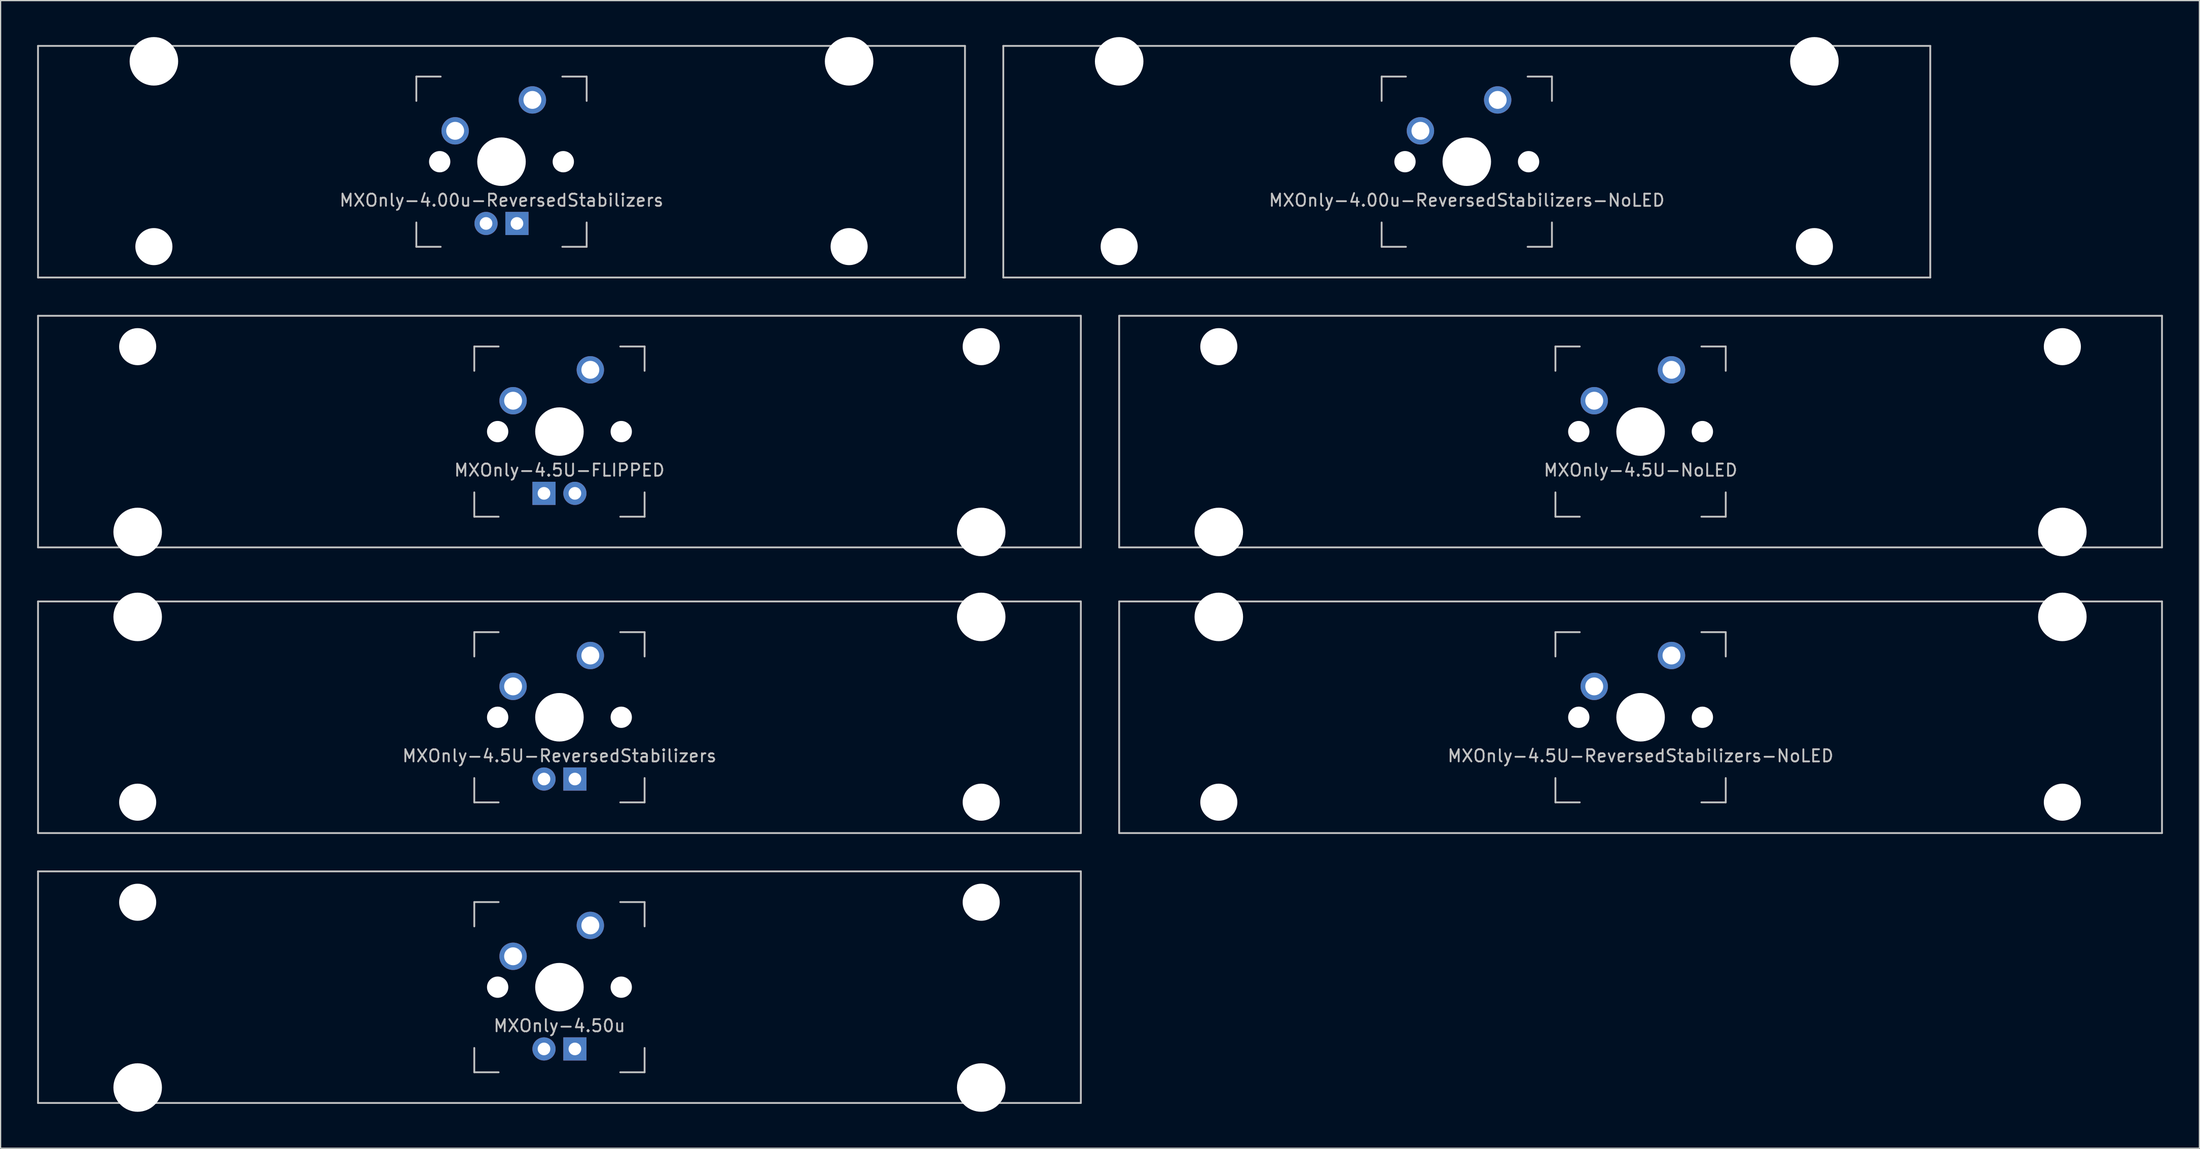
<source format=kicad_pcb>
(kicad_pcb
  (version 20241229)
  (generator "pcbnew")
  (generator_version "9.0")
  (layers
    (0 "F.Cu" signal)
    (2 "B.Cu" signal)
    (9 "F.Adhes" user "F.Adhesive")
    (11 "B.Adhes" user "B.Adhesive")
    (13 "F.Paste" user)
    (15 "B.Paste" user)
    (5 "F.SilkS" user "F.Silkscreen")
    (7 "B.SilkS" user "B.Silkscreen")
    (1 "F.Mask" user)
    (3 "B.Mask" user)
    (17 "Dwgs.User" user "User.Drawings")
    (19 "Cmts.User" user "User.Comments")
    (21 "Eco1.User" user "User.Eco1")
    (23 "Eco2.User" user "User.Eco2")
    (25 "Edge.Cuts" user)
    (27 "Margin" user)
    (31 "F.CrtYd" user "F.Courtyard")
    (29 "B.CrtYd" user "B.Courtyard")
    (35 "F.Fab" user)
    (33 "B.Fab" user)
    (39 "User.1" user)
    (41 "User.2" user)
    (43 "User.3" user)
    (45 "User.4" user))
  (footprint "MXOnly-4.00u-ReversedStabilizers"
    (layer "F.Cu")
    (at 38.175 10.249)
    (property "Reference" "MXOnly-4.00u-ReversedStabilizers" (at 0 3.175 0) (layer "Dwgs.User") (effects (font (size 1 1) (thickness 0.15))))
    (attr through_hole)
    (fp_line (start -38.1 -9.525) (end 38.1 -9.525) (stroke (width 0.15) (type solid)) (layer "Dwgs.User"))
    (fp_line (start -38.1 9.525) (end -38.1 -9.525) (stroke (width 0.15) (type solid)) (layer "Dwgs.User"))
    (fp_line (start -38.1 9.525) (end 38.1 9.525) (stroke (width 0.15) (type solid)) (layer "Dwgs.User"))
    (fp_line (start -7 -7) (end -7 -5) (stroke (width 0.15) (type solid)) (layer "Dwgs.User"))
    (fp_line (start -7 5) (end -7 7) (stroke (width 0.15) (type solid)) (layer "Dwgs.User"))
    (fp_line (start -7 7) (end -5 7) (stroke (width 0.15) (type solid)) (layer "Dwgs.User"))
    (fp_line (start -5 -7) (end -7 -7) (stroke (width 0.15) (type solid)) (layer "Dwgs.User"))
    (fp_line (start 5 -7) (end 7 -7) (stroke (width 0.15) (type solid)) (layer "Dwgs.User"))
    (fp_line (start 5 7) (end 7 7) (stroke (width 0.15) (type solid)) (layer "Dwgs.User"))
    (fp_line (start 7 -7) (end 7 -5) (stroke (width 0.15) (type solid)) (layer "Dwgs.User"))
    (fp_line (start 7 7) (end 7 5) (stroke (width 0.15) (type solid)) (layer "Dwgs.User"))
    (fp_line (start 38.1 -9.525) (end 38.1 9.525) (stroke (width 0.15) (type solid)) (layer "Dwgs.User"))
    (pad "" np_thru_hole circle (at -28.575 -8.255 180) (size 3.988 3.988) (drill 3.988) (layers "*.Cu" "*.Mask"))
    (pad "" np_thru_hole circle (at -28.575 6.985 180) (size 3.048 3.048) (drill 3.048) (layers "*.Cu" "*.Mask"))
    (pad "" np_thru_hole circle (at -5.08 0 48.1) (size 1.75 1.75) (drill 1.75) (layers "*.Cu" "*.Mask"))
    (pad "" np_thru_hole circle (at 0 0 180) (size 3.988 3.988) (drill 3.988) (layers "*.Cu" "*.Mask"))
    (pad "" np_thru_hole circle (at 5.08 0 48.1) (size 1.75 1.75) (drill 1.75) (layers "*.Cu" "*.Mask"))
    (pad "" np_thru_hole circle (at 28.575 -8.255 180) (size 3.988 3.988) (drill 3.988) (layers "*.Cu" "*.Mask"))
    (pad "" np_thru_hole circle (at 28.575 6.985 180) (size 3.048 3.048) (drill 3.048) (layers "*.Cu" "*.Mask"))
    (pad "1" thru_hole circle (at -3.81 -2.54) (size 2.25 2.25) (drill 1.47) (layers "*.Cu" "B.Mask"))
    (pad "2" thru_hole circle (at 2.54 -5.08) (size 2.25 2.25) (drill 1.47) (layers "*.Cu" "B.Mask"))
    (pad "3" thru_hole circle (at -1.27 5.08) (size 1.905 1.905) (drill 1.04) (layers "*.Cu" "B.Mask"))
    (pad "4" thru_hole rect (at 1.27 5.08) (size 1.905 1.905) (drill 1.04) (layers "*.Cu" "B.Mask")))
  (footprint "MXOnly-4.5U-ReversedStabilizers-NoLED"
    (layer "F.Cu")
    (at 131.812 55.947)
    (property "Reference" "MXOnly-4.5U-ReversedStabilizers-NoLED" (at 0 3.175 0) (layer "Dwgs.User") (effects (font (size 1 1) (thickness 0.15))))
    (attr through_hole)
    (fp_line (start -42.862 -9.525) (end 42.862 -9.525) (stroke (width 0.15) (type solid)) (layer "Dwgs.User"))
    (fp_line (start -42.862 9.525) (end -42.862 -9.525) (stroke (width 0.15) (type solid)) (layer "Dwgs.User"))
    (fp_line (start -42.862 9.525) (end 42.862 9.525) (stroke (width 0.15) (type solid)) (layer "Dwgs.User"))
    (fp_line (start -7 -7) (end -7 -5) (stroke (width 0.15) (type solid)) (layer "Dwgs.User"))
    (fp_line (start -7 5) (end -7 7) (stroke (width 0.15) (type solid)) (layer "Dwgs.User"))
    (fp_line (start -7 7) (end -5 7) (stroke (width 0.15) (type solid)) (layer "Dwgs.User"))
    (fp_line (start -5 -7) (end -7 -7) (stroke (width 0.15) (type solid)) (layer "Dwgs.User"))
    (fp_line (start 5 -7) (end 7 -7) (stroke (width 0.15) (type solid)) (layer "Dwgs.User"))
    (fp_line (start 5 7) (end 7 7) (stroke (width 0.15) (type solid)) (layer "Dwgs.User"))
    (fp_line (start 7 -7) (end 7 -5) (stroke (width 0.15) (type solid)) (layer "Dwgs.User"))
    (fp_line (start 7 7) (end 7 5) (stroke (width 0.15) (type solid)) (layer "Dwgs.User"))
    (fp_line (start 42.862 -9.525) (end 42.862 9.525) (stroke (width 0.15) (type solid)) (layer "Dwgs.User"))
    (pad "" np_thru_hole circle (at -34.671 -8.255 180) (size 3.988 3.988) (drill 3.988) (layers "*.Cu" "*.Mask"))
    (pad "" np_thru_hole circle (at -34.671 6.985 180) (size 3.048 3.048) (drill 3.048) (layers "*.Cu" "*.Mask"))
    (pad "" np_thru_hole circle (at -5.08 0 48.1) (size 1.75 1.75) (drill 1.75) (layers "*.Cu" "*.Mask"))
    (pad "" np_thru_hole circle (at 0 0) (size 3.988 3.988) (drill 3.988) (layers "*.Cu" "*.Mask"))
    (pad "" np_thru_hole circle (at 5.08 0 48.1) (size 1.75 1.75) (drill 1.75) (layers "*.Cu" "*.Mask"))
    (pad "" np_thru_hole circle (at 34.671 -8.255 180) (size 3.988 3.988) (drill 3.988) (layers "*.Cu" "*.Mask"))
    (pad "" np_thru_hole circle (at 34.671 6.985 180) (size 3.048 3.048) (drill 3.048) (layers "*.Cu" "*.Mask"))
    (pad "1" thru_hole circle (at -3.81 -2.54) (size 2.25 2.25) (drill 1.47) (layers "*.Cu" "B.Mask"))
    (pad "2" thru_hole circle (at 2.54 -5.08) (size 2.25 2.25) (drill 1.47) (layers "*.Cu" "B.Mask")))
  (footprint "MXOnly-4.00u-ReversedStabilizers-NoLED"
    (layer "F.Cu")
    (at 117.525 10.249)
    (property "Reference" "MXOnly-4.00u-ReversedStabilizers-NoLED" (at 0 3.175 0) (layer "Dwgs.User") (effects (font (size 1 1) (thickness 0.15))))
    (attr through_hole)
    (fp_line (start -38.1 -9.525) (end 38.1 -9.525) (stroke (width 0.15) (type solid)) (layer "Dwgs.User"))
    (fp_line (start -38.1 9.525) (end -38.1 -9.525) (stroke (width 0.15) (type solid)) (layer "Dwgs.User"))
    (fp_line (start -38.1 9.525) (end 38.1 9.525) (stroke (width 0.15) (type solid)) (layer "Dwgs.User"))
    (fp_line (start -7 -7) (end -7 -5) (stroke (width 0.15) (type solid)) (layer "Dwgs.User"))
    (fp_line (start -7 5) (end -7 7) (stroke (width 0.15) (type solid)) (layer "Dwgs.User"))
    (fp_line (start -7 7) (end -5 7) (stroke (width 0.15) (type solid)) (layer "Dwgs.User"))
    (fp_line (start -5 -7) (end -7 -7) (stroke (width 0.15) (type solid)) (layer "Dwgs.User"))
    (fp_line (start 5 -7) (end 7 -7) (stroke (width 0.15) (type solid)) (layer "Dwgs.User"))
    (fp_line (start 5 7) (end 7 7) (stroke (width 0.15) (type solid)) (layer "Dwgs.User"))
    (fp_line (start 7 -7) (end 7 -5) (stroke (width 0.15) (type solid)) (layer "Dwgs.User"))
    (fp_line (start 7 7) (end 7 5) (stroke (width 0.15) (type solid)) (layer "Dwgs.User"))
    (fp_line (start 38.1 -9.525) (end 38.1 9.525) (stroke (width 0.15) (type solid)) (layer "Dwgs.User"))
    (pad "" np_thru_hole circle (at -28.575 -8.255 180) (size 3.988 3.988) (drill 3.988) (layers "*.Cu" "*.Mask"))
    (pad "" np_thru_hole circle (at -28.575 6.985 180) (size 3.048 3.048) (drill 3.048) (layers "*.Cu" "*.Mask"))
    (pad "" np_thru_hole circle (at -5.08 0 48.1) (size 1.75 1.75) (drill 1.75) (layers "*.Cu" "*.Mask"))
    (pad "" np_thru_hole circle (at 0 0 180) (size 3.988 3.988) (drill 3.988) (layers "*.Cu" "*.Mask"))
    (pad "" np_thru_hole circle (at 5.08 0 48.1) (size 1.75 1.75) (drill 1.75) (layers "*.Cu" "*.Mask"))
    (pad "" np_thru_hole circle (at 28.575 -8.255 180) (size 3.988 3.988) (drill 3.988) (layers "*.Cu" "*.Mask"))
    (pad "" np_thru_hole circle (at 28.575 6.985 180) (size 3.048 3.048) (drill 3.048) (layers "*.Cu" "*.Mask"))
    (pad "1" thru_hole circle (at -3.81 -2.54) (size 2.25 2.25) (drill 1.47) (layers "*.Cu" "B.Mask"))
    (pad "2" thru_hole circle (at 2.54 -5.08) (size 2.25 2.25) (drill 1.47) (layers "*.Cu" "B.Mask")))
  (footprint "MXOnly-4.50u"
    (layer "F.Cu")
    (at 42.938 78.147)
    (property "Reference" "MXOnly-4.50u" (at 0 3.175 0) (layer "Dwgs.User") (effects (font (size 1 1) (thickness 0.15))))
    (attr through_hole)
    (fp_line (start -42.862 -9.525) (end 42.862 -9.525) (stroke (width 0.15) (type solid)) (layer "Dwgs.User"))
    (fp_line (start -42.862 9.525) (end -42.862 -9.525) (stroke (width 0.15) (type solid)) (layer "Dwgs.User"))
    (fp_line (start -42.862 9.525) (end 42.862 9.525) (stroke (width 0.15) (type solid)) (layer "Dwgs.User"))
    (fp_line (start -7 -7) (end -7 -5) (stroke (width 0.15) (type solid)) (layer "Dwgs.User"))
    (fp_line (start -7 5) (end -7 7) (stroke (width 0.15) (type solid)) (layer "Dwgs.User"))
    (fp_line (start -7 7) (end -5 7) (stroke (width 0.15) (type solid)) (layer "Dwgs.User"))
    (fp_line (start -5 -7) (end -7 -7) (stroke (width 0.15) (type solid)) (layer "Dwgs.User"))
    (fp_line (start 5 -7) (end 7 -7) (stroke (width 0.15) (type solid)) (layer "Dwgs.User"))
    (fp_line (start 5 7) (end 7 7) (stroke (width 0.15) (type solid)) (layer "Dwgs.User"))
    (fp_line (start 7 -7) (end 7 -5) (stroke (width 0.15) (type solid)) (layer "Dwgs.User"))
    (fp_line (start 7 7) (end 7 5) (stroke (width 0.15) (type solid)) (layer "Dwgs.User"))
    (fp_line (start 42.862 -9.525) (end 42.862 9.525) (stroke (width 0.15) (type solid)) (layer "Dwgs.User"))
    (pad "" np_thru_hole circle (at -34.671 -6.985) (size 3.048 3.048) (drill 3.048) (layers "*.Cu" "*.Mask"))
    (pad "" np_thru_hole circle (at -34.671 8.255) (size 3.988 3.988) (drill 3.988) (layers "*.Cu" "*.Mask"))
    (pad "" np_thru_hole circle (at -5.08 0 48.1) (size 1.75 1.75) (drill 1.75) (layers "*.Cu" "*.Mask"))
    (pad "" np_thru_hole circle (at 0 0) (size 3.988 3.988) (drill 3.988) (layers "*.Cu" "*.Mask"))
    (pad "" np_thru_hole circle (at 5.08 0 48.1) (size 1.75 1.75) (drill 1.75) (layers "*.Cu" "*.Mask"))
    (pad "" np_thru_hole circle (at 34.671 -6.985) (size 3.048 3.048) (drill 3.048) (layers "*.Cu" "*.Mask"))
    (pad "" np_thru_hole circle (at 34.671 8.255) (size 3.988 3.988) (drill 3.988) (layers "*.Cu" "*.Mask"))
    (pad "1" thru_hole circle (at -3.81 -2.54) (size 2.25 2.25) (drill 1.47) (layers "*.Cu" "B.Mask"))
    (pad "2" thru_hole circle (at 2.54 -5.08) (size 2.25 2.25) (drill 1.47) (layers "*.Cu" "B.Mask"))
    (pad "3" thru_hole circle (at -1.27 5.08) (size 1.905 1.905) (drill 1.04) (layers "*.Cu" "B.Mask"))
    (pad "4" thru_hole rect (at 1.27 5.08) (size 1.905 1.905) (drill 1.04) (layers "*.Cu" "B.Mask")))
  (footprint "MXOnly-4.5U-FLIPPED"
    (layer "F.Cu")
    (at 42.938 32.449)
    (property "Reference" "MXOnly-4.5U-FLIPPED" (at 0 3.175 0) (layer "Dwgs.User") (effects (font (size 1 1) (thickness 0.15))))
    (attr through_hole)
    (fp_line (start -42.862 -9.525) (end 42.862 -9.525) (stroke (width 0.15) (type solid)) (layer "Dwgs.User"))
    (fp_line (start -42.862 9.525) (end -42.862 -9.525) (stroke (width 0.15) (type solid)) (layer "Dwgs.User"))
    (fp_line (start -42.862 9.525) (end 42.862 9.525) (stroke (width 0.15) (type solid)) (layer "Dwgs.User"))
    (fp_line (start -7 -7) (end -7 -5) (stroke (width 0.15) (type solid)) (layer "Dwgs.User"))
    (fp_line (start -7 5) (end -7 7) (stroke (width 0.15) (type solid)) (layer "Dwgs.User"))
    (fp_line (start -7 7) (end -5 7) (stroke (width 0.15) (type solid)) (layer "Dwgs.User"))
    (fp_line (start -5 -7) (end -7 -7) (stroke (width 0.15) (type solid)) (layer "Dwgs.User"))
    (fp_line (start 5 -7) (end 7 -7) (stroke (width 0.15) (type solid)) (layer "Dwgs.User"))
    (fp_line (start 5 7) (end 7 7) (stroke (width 0.15) (type solid)) (layer "Dwgs.User"))
    (fp_line (start 7 -7) (end 7 -5) (stroke (width 0.15) (type solid)) (layer "Dwgs.User"))
    (fp_line (start 7 7) (end 7 5) (stroke (width 0.15) (type solid)) (layer "Dwgs.User"))
    (fp_line (start 42.862 -9.525) (end 42.862 9.525) (stroke (width 0.15) (type solid)) (layer "Dwgs.User"))
    (pad "" np_thru_hole circle (at -34.671 -6.985) (size 3.048 3.048) (drill 3.048) (layers "*.Cu" "*.Mask"))
    (pad "" np_thru_hole circle (at -34.671 8.255) (size 3.988 3.988) (drill 3.988) (layers "*.Cu" "*.Mask"))
    (pad "" np_thru_hole circle (at -5.08 0 48.1) (size 1.75 1.75) (drill 1.75) (layers "*.Cu" "*.Mask"))
    (pad "" np_thru_hole circle (at 0 0) (size 3.988 3.988) (drill 3.988) (layers "*.Cu" "*.Mask"))
    (pad "" np_thru_hole circle (at 5.08 0 48.1) (size 1.75 1.75) (drill 1.75) (layers "*.Cu" "*.Mask"))
    (pad "" np_thru_hole circle (at 34.671 -6.985) (size 3.048 3.048) (drill 3.048) (layers "*.Cu" "*.Mask"))
    (pad "" np_thru_hole circle (at 34.671 8.255) (size 3.988 3.988) (drill 3.988) (layers "*.Cu" "*.Mask"))
    (pad "1" thru_hole circle (at -3.81 -2.54) (size 2.25 2.25) (drill 1.47) (layers "*.Cu" "B.Mask"))
    (pad "2" thru_hole circle (at 2.54 -5.08) (size 2.25 2.25) (drill 1.47) (layers "*.Cu" "B.Mask"))
    (pad "3" thru_hole circle (at 1.27 5.08) (size 1.905 1.905) (drill 1.04) (layers "*.Cu" "B.Mask"))
    (pad "4" thru_hole rect (at -1.27 5.08) (size 1.905 1.905) (drill 1.04) (layers "*.Cu" "B.Mask")))
  (footprint "MXOnly-4.5U-NoLED"
    (layer "F.Cu")
    (at 131.812 32.449)
    (property "Reference" "MXOnly-4.5U-NoLED" (at 0 3.175 0) (layer "Dwgs.User") (effects (font (size 1 1) (thickness 0.15))))
    (attr through_hole)
    (fp_line (start -42.862 -9.525) (end 42.862 -9.525) (stroke (width 0.15) (type solid)) (layer "Dwgs.User"))
    (fp_line (start -42.862 9.525) (end -42.862 -9.525) (stroke (width 0.15) (type solid)) (layer "Dwgs.User"))
    (fp_line (start -42.862 9.525) (end 42.862 9.525) (stroke (width 0.15) (type solid)) (layer "Dwgs.User"))
    (fp_line (start -7 -7) (end -7 -5) (stroke (width 0.15) (type solid)) (layer "Dwgs.User"))
    (fp_line (start -7 5) (end -7 7) (stroke (width 0.15) (type solid)) (layer "Dwgs.User"))
    (fp_line (start -7 7) (end -5 7) (stroke (width 0.15) (type solid)) (layer "Dwgs.User"))
    (fp_line (start -5 -7) (end -7 -7) (stroke (width 0.15) (type solid)) (layer "Dwgs.User"))
    (fp_line (start 5 -7) (end 7 -7) (stroke (width 0.15) (type solid)) (layer "Dwgs.User"))
    (fp_line (start 5 7) (end 7 7) (stroke (width 0.15) (type solid)) (layer "Dwgs.User"))
    (fp_line (start 7 -7) (end 7 -5) (stroke (width 0.15) (type solid)) (layer "Dwgs.User"))
    (fp_line (start 7 7) (end 7 5) (stroke (width 0.15) (type solid)) (layer "Dwgs.User"))
    (fp_line (start 42.862 -9.525) (end 42.862 9.525) (stroke (width 0.15) (type solid)) (layer "Dwgs.User"))
    (pad "" np_thru_hole circle (at -34.671 -6.985) (size 3.048 3.048) (drill 3.048) (layers "*.Cu" "*.Mask"))
    (pad "" np_thru_hole circle (at -34.671 8.255) (size 3.988 3.988) (drill 3.988) (layers "*.Cu" "*.Mask"))
    (pad "" np_thru_hole circle (at -5.08 0 48.1) (size 1.75 1.75) (drill 1.75) (layers "*.Cu" "*.Mask"))
    (pad "" np_thru_hole circle (at 0 0) (size 3.988 3.988) (drill 3.988) (layers "*.Cu" "*.Mask"))
    (pad "" np_thru_hole circle (at 5.08 0 48.1) (size 1.75 1.75) (drill 1.75) (layers "*.Cu" "*.Mask"))
    (pad "" np_thru_hole circle (at 34.671 -6.985) (size 3.048 3.048) (drill 3.048) (layers "*.Cu" "*.Mask"))
    (pad "" np_thru_hole circle (at 34.671 8.255) (size 3.988 3.988) (drill 3.988) (layers "*.Cu" "*.Mask"))
    (pad "1" thru_hole circle (at -3.81 -2.54) (size 2.25 2.25) (drill 1.47) (layers "*.Cu" "B.Mask"))
    (pad "2" thru_hole circle (at 2.54 -5.08) (size 2.25 2.25) (drill 1.47) (layers "*.Cu" "B.Mask")))
  (footprint "MXOnly-4.5U-ReversedStabilizers"
    (layer "F.Cu")
    (at 42.938 55.947)
    (property "Reference" "MXOnly-4.5U-ReversedStabilizers" (at 0 3.175 0) (layer "Dwgs.User") (effects (font (size 1 1) (thickness 0.15))))
    (attr through_hole)
    (fp_line (start -42.862 -9.525) (end 42.862 -9.525) (stroke (width 0.15) (type solid)) (layer "Dwgs.User"))
    (fp_line (start -42.862 9.525) (end -42.862 -9.525) (stroke (width 0.15) (type solid)) (layer "Dwgs.User"))
    (fp_line (start -42.862 9.525) (end 42.862 9.525) (stroke (width 0.15) (type solid)) (layer "Dwgs.User"))
    (fp_line (start -7 -7) (end -7 -5) (stroke (width 0.15) (type solid)) (layer "Dwgs.User"))
    (fp_line (start -7 5) (end -7 7) (stroke (width 0.15) (type solid)) (layer "Dwgs.User"))
    (fp_line (start -7 7) (end -5 7) (stroke (width 0.15) (type solid)) (layer "Dwgs.User"))
    (fp_line (start -5 -7) (end -7 -7) (stroke (width 0.15) (type solid)) (layer "Dwgs.User"))
    (fp_line (start 5 -7) (end 7 -7) (stroke (width 0.15) (type solid)) (layer "Dwgs.User"))
    (fp_line (start 5 7) (end 7 7) (stroke (width 0.15) (type solid)) (layer "Dwgs.User"))
    (fp_line (start 7 -7) (end 7 -5) (stroke (width 0.15) (type solid)) (layer "Dwgs.User"))
    (fp_line (start 7 7) (end 7 5) (stroke (width 0.15) (type solid)) (layer "Dwgs.User"))
    (fp_line (start 42.862 -9.525) (end 42.862 9.525) (stroke (width 0.15) (type solid)) (layer "Dwgs.User"))
    (pad "" np_thru_hole circle (at -34.671 -8.255 180) (size 3.988 3.988) (drill 3.988) (layers "*.Cu" "*.Mask"))
    (pad "" np_thru_hole circle (at -34.671 6.985 180) (size 3.048 3.048) (drill 3.048) (layers "*.Cu" "*.Mask"))
    (pad "" np_thru_hole circle (at -5.08 0 48.1) (size 1.75 1.75) (drill 1.75) (layers "*.Cu" "*.Mask"))
    (pad "" np_thru_hole circle (at 0 0) (size 3.988 3.988) (drill 3.988) (layers "*.Cu" "*.Mask"))
    (pad "" np_thru_hole circle (at 5.08 0 48.1) (size 1.75 1.75) (drill 1.75) (layers "*.Cu" "*.Mask"))
    (pad "" np_thru_hole circle (at 34.671 -8.255 180) (size 3.988 3.988) (drill 3.988) (layers "*.Cu" "*.Mask"))
    (pad "" np_thru_hole circle (at 34.671 6.985 180) (size 3.048 3.048) (drill 3.048) (layers "*.Cu" "*.Mask"))
    (pad "1" thru_hole circle (at -3.81 -2.54) (size 2.25 2.25) (drill 1.47) (layers "*.Cu" "B.Mask"))
    (pad "2" thru_hole circle (at 2.54 -5.08) (size 2.25 2.25) (drill 1.47) (layers "*.Cu" "B.Mask"))
    (pad "3" thru_hole circle (at -1.27 5.08) (size 1.905 1.905) (drill 1.04) (layers "*.Cu" "B.Mask"))
    (pad "4" thru_hole rect (at 1.27 5.08) (size 1.905 1.905) (drill 1.04) (layers "*.Cu" "B.Mask")))
  (gr_rect
    (start -3 -3)
    (end 177.75 91.396)
    (stroke (width 0.1) (type default))
    (fill no)
    (layer "Edge.Cuts")))
</source>
